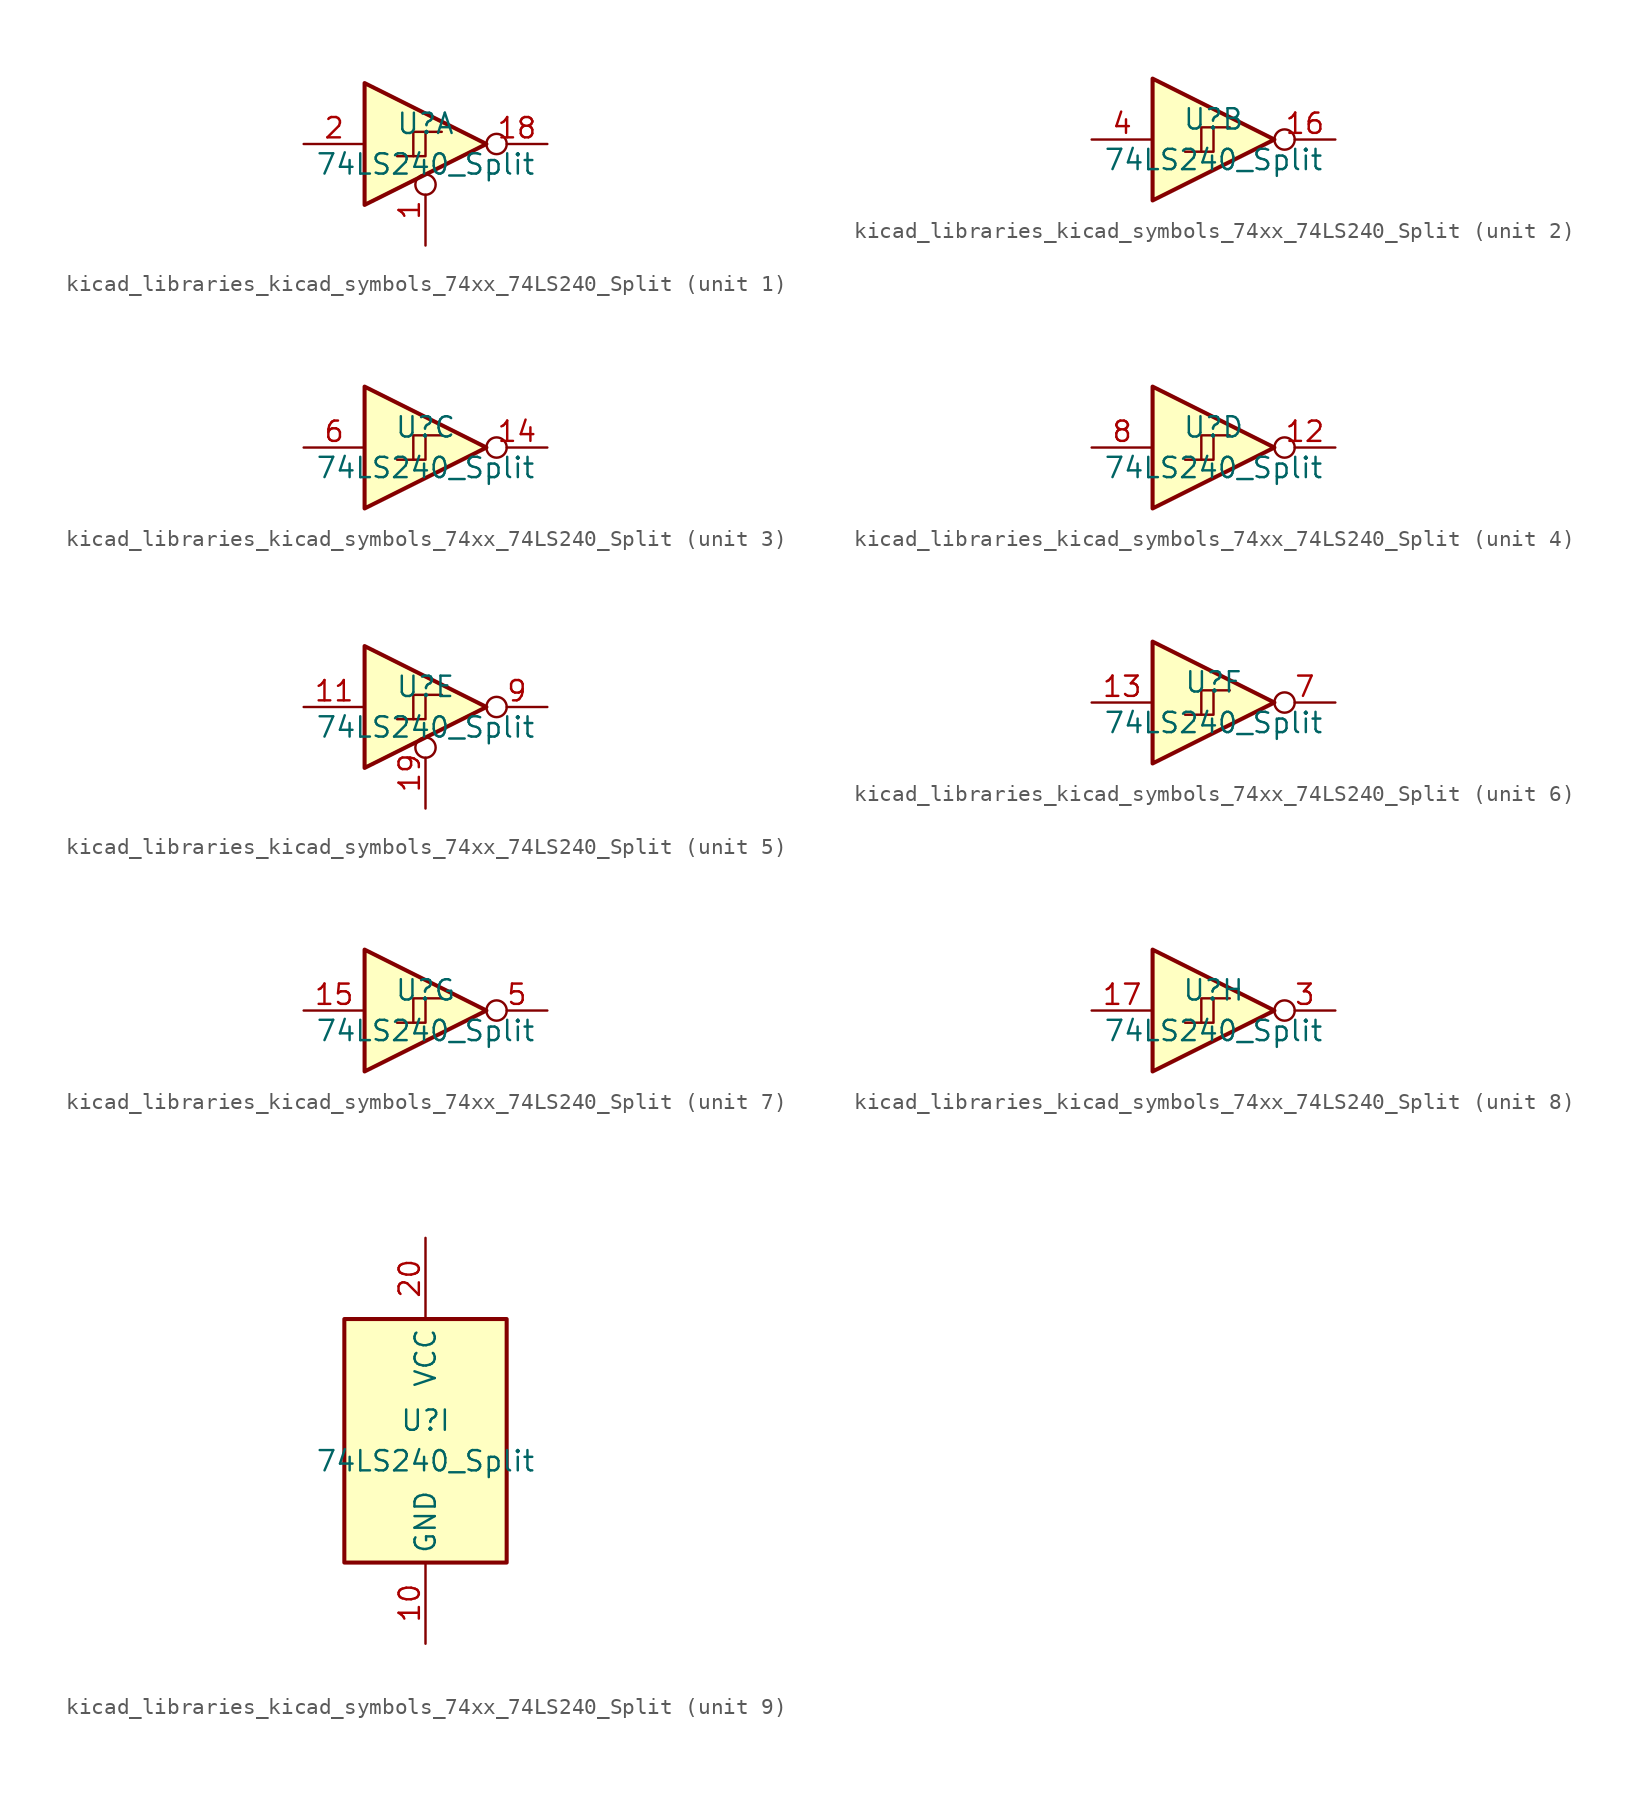
<source format=kicad_sym>
(kicad_symbol_lib
  (version 20220914)
  (generator kicad_symbol_editor)
  (symbol "kicad_libraries_kicad_symbols_74xx_74LS240_Split"
    (property "Reference" "U"
      (at 0 1.27 0)
      (effects (font (size 1.27 1.27))))
    (property "Value" "74LS240_Split"
      (at 0 -1.27 0)
      (effects (font (size 1.27 1.27))))
    (property "ki_locked" ""
      (at 0 0 0)
      (effects (font (size 1.27 1.27))))
    (symbol "kicad_libraries_kicad_symbols_74xx_74LS240_Split_1_0"
      (polyline (pts (xy -3.81 3.81) (xy -3.81 -3.81) (xy 3.81 0) (xy -3.81 3.81)) (stroke (width 0.254) (type default)) (fill (type background)))
      (pin input inverted (at 0 -6.35 90) (length 4.445) (name "~" (effects (font (size 1.27 1.27)))) (number "1" (effects (font (size 1.27 1.27)))))
      (pin tri_state inverted (at 7.62 0 180) (length 3.81) (name "~" (effects (font (size 1.27 1.27)))) (number "18" (effects (font (size 1.27 1.27)))))
      (pin input line (at -7.62 0 0) (length 3.81) (name "~" (effects (font (size 1.27 1.27)))) (number "2" (effects (font (size 1.27 1.27))))))
    (symbol "kicad_libraries_kicad_symbols_74xx_74LS240_Split_1_1"
      (polyline (pts (xy -0.762 -0.762) (xy -0.762 0.762) (xy 1.016 0.762)) (stroke (width 0) (type default)) (fill (type none)))
      (polyline (pts (xy 0 0.762) (xy 0 -0.762) (xy -1.778 -0.762)) (stroke (width 0) (type default)) (fill (type none))))
    (symbol "kicad_libraries_kicad_symbols_74xx_74LS240_Split_2_0"
      (polyline (pts (xy -3.81 3.81) (xy -3.81 -3.81) (xy 3.81 0) (xy -3.81 3.81)) (stroke (width 0.254) (type default)) (fill (type background)))
      (pin tri_state inverted (at 7.62 0 180) (length 3.81) (name "~" (effects (font (size 1.27 1.27)))) (number "16" (effects (font (size 1.27 1.27)))))
      (pin input line (at -7.62 0 0) (length 3.81) (name "~" (effects (font (size 1.27 1.27)))) (number "4" (effects (font (size 1.27 1.27))))))
    (symbol "kicad_libraries_kicad_symbols_74xx_74LS240_Split_2_1"
      (polyline (pts (xy -0.762 -0.762) (xy -0.762 0.762) (xy 1.016 0.762)) (stroke (width 0) (type default)) (fill (type none)))
      (polyline (pts (xy 0 0.762) (xy 0 -0.762) (xy -1.778 -0.762)) (stroke (width 0) (type default)) (fill (type none))))
    (symbol "kicad_libraries_kicad_symbols_74xx_74LS240_Split_3_0"
      (polyline (pts (xy -3.81 3.81) (xy -3.81 -3.81) (xy 3.81 0) (xy -3.81 3.81)) (stroke (width 0.254) (type default)) (fill (type background)))
      (pin tri_state inverted (at 7.62 0 180) (length 3.81) (name "~" (effects (font (size 1.27 1.27)))) (number "14" (effects (font (size 1.27 1.27)))))
      (pin input line (at -7.62 0 0) (length 3.81) (name "~" (effects (font (size 1.27 1.27)))) (number "6" (effects (font (size 1.27 1.27))))))
    (symbol "kicad_libraries_kicad_symbols_74xx_74LS240_Split_3_1"
      (polyline (pts (xy -0.762 -0.762) (xy -0.762 0.762) (xy 1.016 0.762)) (stroke (width 0) (type default)) (fill (type none)))
      (polyline (pts (xy 0 0.762) (xy 0 -0.762) (xy -1.778 -0.762)) (stroke (width 0) (type default)) (fill (type none))))
    (symbol "kicad_libraries_kicad_symbols_74xx_74LS240_Split_4_0"
      (polyline (pts (xy -3.81 3.81) (xy -3.81 -3.81) (xy 3.81 0) (xy -3.81 3.81)) (stroke (width 0.254) (type default)) (fill (type background)))
      (pin tri_state inverted (at 7.62 0 180) (length 3.81) (name "~" (effects (font (size 1.27 1.27)))) (number "12" (effects (font (size 1.27 1.27)))))
      (pin input line (at -7.62 0 0) (length 3.81) (name "~" (effects (font (size 1.27 1.27)))) (number "8" (effects (font (size 1.27 1.27))))))
    (symbol "kicad_libraries_kicad_symbols_74xx_74LS240_Split_4_1"
      (polyline (pts (xy -0.762 -0.762) (xy -0.762 0.762) (xy 1.016 0.762)) (stroke (width 0) (type default)) (fill (type none)))
      (polyline (pts (xy 0 0.762) (xy 0 -0.762) (xy -1.778 -0.762)) (stroke (width 0) (type default)) (fill (type none))))
    (symbol "kicad_libraries_kicad_symbols_74xx_74LS240_Split_5_0"
      (polyline (pts (xy -3.81 3.81) (xy -3.81 -3.81) (xy 3.81 0) (xy -3.81 3.81)) (stroke (width 0.254) (type default)) (fill (type background)))
      (pin input line (at -7.62 0 0) (length 3.81) (name "~" (effects (font (size 1.27 1.27)))) (number "11" (effects (font (size 1.27 1.27)))))
      (pin input inverted (at 0 -6.35 90) (length 4.445) (name "~" (effects (font (size 1.27 1.27)))) (number "19" (effects (font (size 1.27 1.27)))))
      (pin tri_state inverted (at 7.62 0 180) (length 3.81) (name "~" (effects (font (size 1.27 1.27)))) (number "9" (effects (font (size 1.27 1.27))))))
    (symbol "kicad_libraries_kicad_symbols_74xx_74LS240_Split_5_1"
      (polyline (pts (xy -0.762 -0.762) (xy -0.762 0.762) (xy 1.016 0.762)) (stroke (width 0) (type default)) (fill (type none)))
      (polyline (pts (xy 0 0.762) (xy 0 -0.762) (xy -1.778 -0.762)) (stroke (width 0) (type default)) (fill (type none))))
    (symbol "kicad_libraries_kicad_symbols_74xx_74LS240_Split_6_0"
      (polyline (pts (xy -3.81 3.81) (xy -3.81 -3.81) (xy 3.81 0) (xy -3.81 3.81)) (stroke (width 0.254) (type default)) (fill (type background)))
      (pin input line (at -7.62 0 0) (length 3.81) (name "~" (effects (font (size 1.27 1.27)))) (number "13" (effects (font (size 1.27 1.27)))))
      (pin tri_state inverted (at 7.62 0 180) (length 3.81) (name "~" (effects (font (size 1.27 1.27)))) (number "7" (effects (font (size 1.27 1.27))))))
    (symbol "kicad_libraries_kicad_symbols_74xx_74LS240_Split_6_1"
      (polyline (pts (xy -0.762 -0.762) (xy -0.762 0.762) (xy 1.016 0.762)) (stroke (width 0) (type default)) (fill (type none)))
      (polyline (pts (xy 0 0.762) (xy 0 -0.762) (xy -1.778 -0.762)) (stroke (width 0) (type default)) (fill (type none))))
    (symbol "kicad_libraries_kicad_symbols_74xx_74LS240_Split_7_0"
      (polyline (pts (xy -3.81 3.81) (xy -3.81 -3.81) (xy 3.81 0) (xy -3.81 3.81)) (stroke (width 0.254) (type default)) (fill (type background)))
      (pin input line (at -7.62 0 0) (length 3.81) (name "~" (effects (font (size 1.27 1.27)))) (number "15" (effects (font (size 1.27 1.27)))))
      (pin tri_state inverted (at 7.62 0 180) (length 3.81) (name "~" (effects (font (size 1.27 1.27)))) (number "5" (effects (font (size 1.27 1.27))))))
    (symbol "kicad_libraries_kicad_symbols_74xx_74LS240_Split_7_1"
      (polyline (pts (xy -0.762 -0.762) (xy -0.762 0.762) (xy 1.016 0.762)) (stroke (width 0) (type default)) (fill (type none)))
      (polyline (pts (xy 0 0.762) (xy 0 -0.762) (xy -1.778 -0.762)) (stroke (width 0) (type default)) (fill (type none))))
    (symbol "kicad_libraries_kicad_symbols_74xx_74LS240_Split_8_0"
      (polyline (pts (xy -3.81 3.81) (xy -3.81 -3.81) (xy 3.81 0) (xy -3.81 3.81)) (stroke (width 0.254) (type default)) (fill (type background)))
      (pin input line (at -7.62 0 0) (length 3.81) (name "~" (effects (font (size 1.27 1.27)))) (number "17" (effects (font (size 1.27 1.27)))))
      (pin tri_state inverted (at 7.62 0 180) (length 3.81) (name "~" (effects (font (size 1.27 1.27)))) (number "3" (effects (font (size 1.27 1.27))))))
    (symbol "kicad_libraries_kicad_symbols_74xx_74LS240_Split_8_1"
      (polyline (pts (xy -0.762 -0.762) (xy -0.762 0.762) (xy 1.016 0.762)) (stroke (width 0) (type default)) (fill (type none)))
      (polyline (pts (xy 0 0.762) (xy 0 -0.762) (xy -1.778 -0.762)) (stroke (width 0) (type default)) (fill (type none))))
    (symbol "kicad_libraries_kicad_symbols_74xx_74LS240_Split_9_0"
      (pin power_in line (at 0 -12.7 90) (length 5.08) (name "GND" (effects (font (size 1.27 1.27)))) (number "10" (effects (font (size 1.27 1.27)))))
      (pin power_in line (at 0 12.7 270) (length 5.08) (name "VCC" (effects (font (size 1.27 1.27)))) (number "20" (effects (font (size 1.27 1.27))))))
    (symbol "kicad_libraries_kicad_symbols_74xx_74LS240_Split_9_1"
      (rectangle (start -5.08 7.62) (end 5.08 -7.62) (stroke (width 0.254) (type default)) (fill (type background))))))
</source>
